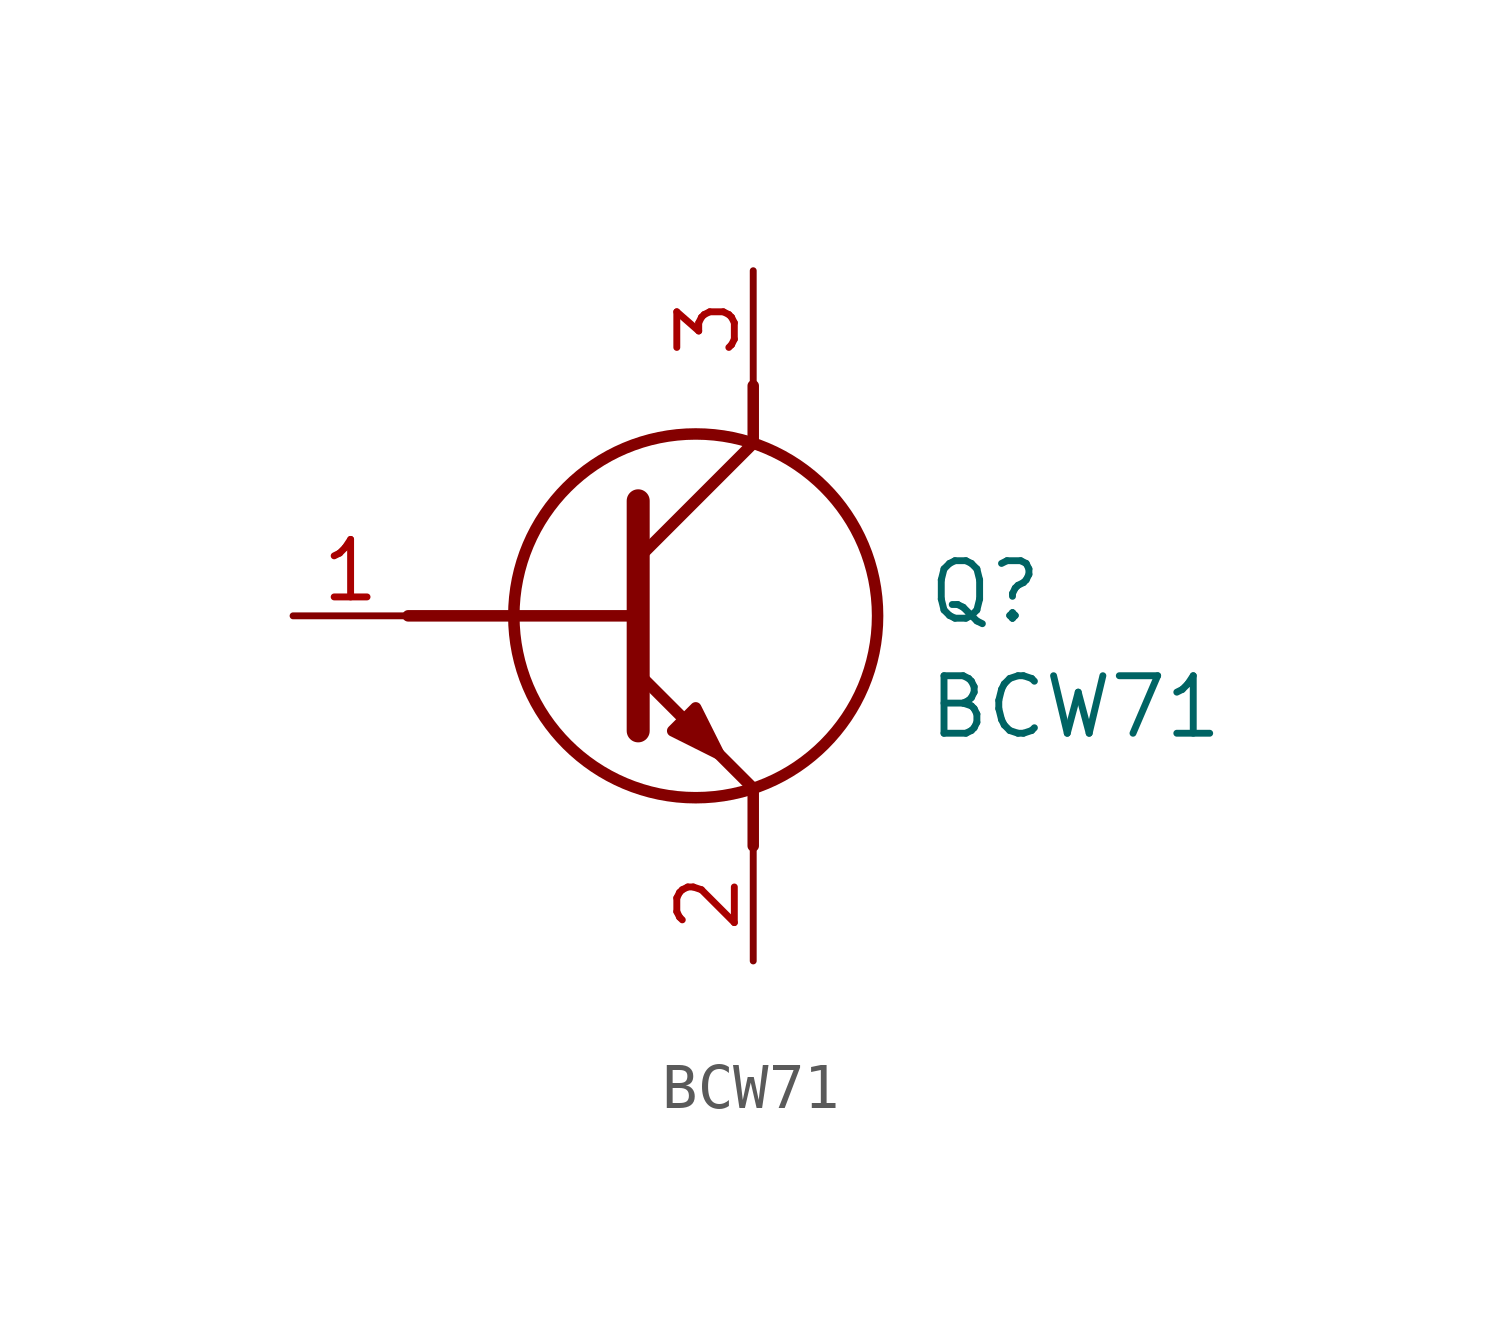
<source format=kicad_sym>
(kicad_symbol_lib
  (version 20211014)
  (generator SamacSys_ECAD_Model)
  (symbol "BCW71"
    (pin_names hide)
    (property "Reference" "Q"
      (at 13.97 1.27 0)
      (effects (font (size 1.27 1.27)) (justify left top)))
    (property "Value" "BCW71"
      (at 13.97 -1.27 0)
      (effects (font (size 1.27 1.27)) (justify left top)))
    (polyline
      (pts (xy 7.62 2.54) (xy 7.62 -2.54))
      (stroke (width 0.508) (type default))
      (fill (type none)))
    (polyline
      (pts (xy 7.62 1.27) (xy 10.16 3.81))
      (stroke (width 0.254) (type default))
      (fill (type none)))
    (polyline
      (pts (xy 7.62 -1.27) (xy 10.16 -3.81))
      (stroke (width 0.254) (type default))
      (fill (type none)))
    (polyline
      (pts (xy 10.16 -3.81) (xy 10.16 -5.08))
      (stroke (width 0.254) (type default))
      (fill (type none)))
    (polyline
      (pts (xy 10.16 3.81) (xy 10.16 5.08))
      (stroke (width 0.254) (type default))
      (fill (type none)))
    (polyline
      (pts (xy 2.54 0) (xy 7.62 0))
      (stroke (width 0.254) (type default))
      (fill (type none)))
    (circle
      (center 8.89 0)
      (radius 4.016)
      (stroke (width 0.254) (type default))
      (fill (type none)))
    (polyline
      (pts (xy 8.382 -2.54) (xy 8.89 -2.032) (xy 9.398 -3.048) (xy 8.382 -2.54))
      (stroke (width 0.254) (type default))
      (fill (type outline)))
    (pin passive line
      (at 0 0 0)
      (length 2.54)
      (name "B" (effects (font (size 1.27 1.27))))
      (number "1" (effects (font (size 1.27 1.27)))))
    (pin passive line
      (at 10.16 -7.62 90)
      (length 2.54)
      (name "E" (effects (font (size 1.27 1.27))))
      (number "2" (effects (font (size 1.27 1.27)))))
    (pin passive line
      (at 10.16 7.62 270)
      (length 2.54)
      (name "C" (effects (font (size 1.27 1.27))))
      (number "3" (effects (font (size 1.27 1.27)))))))
</source>
